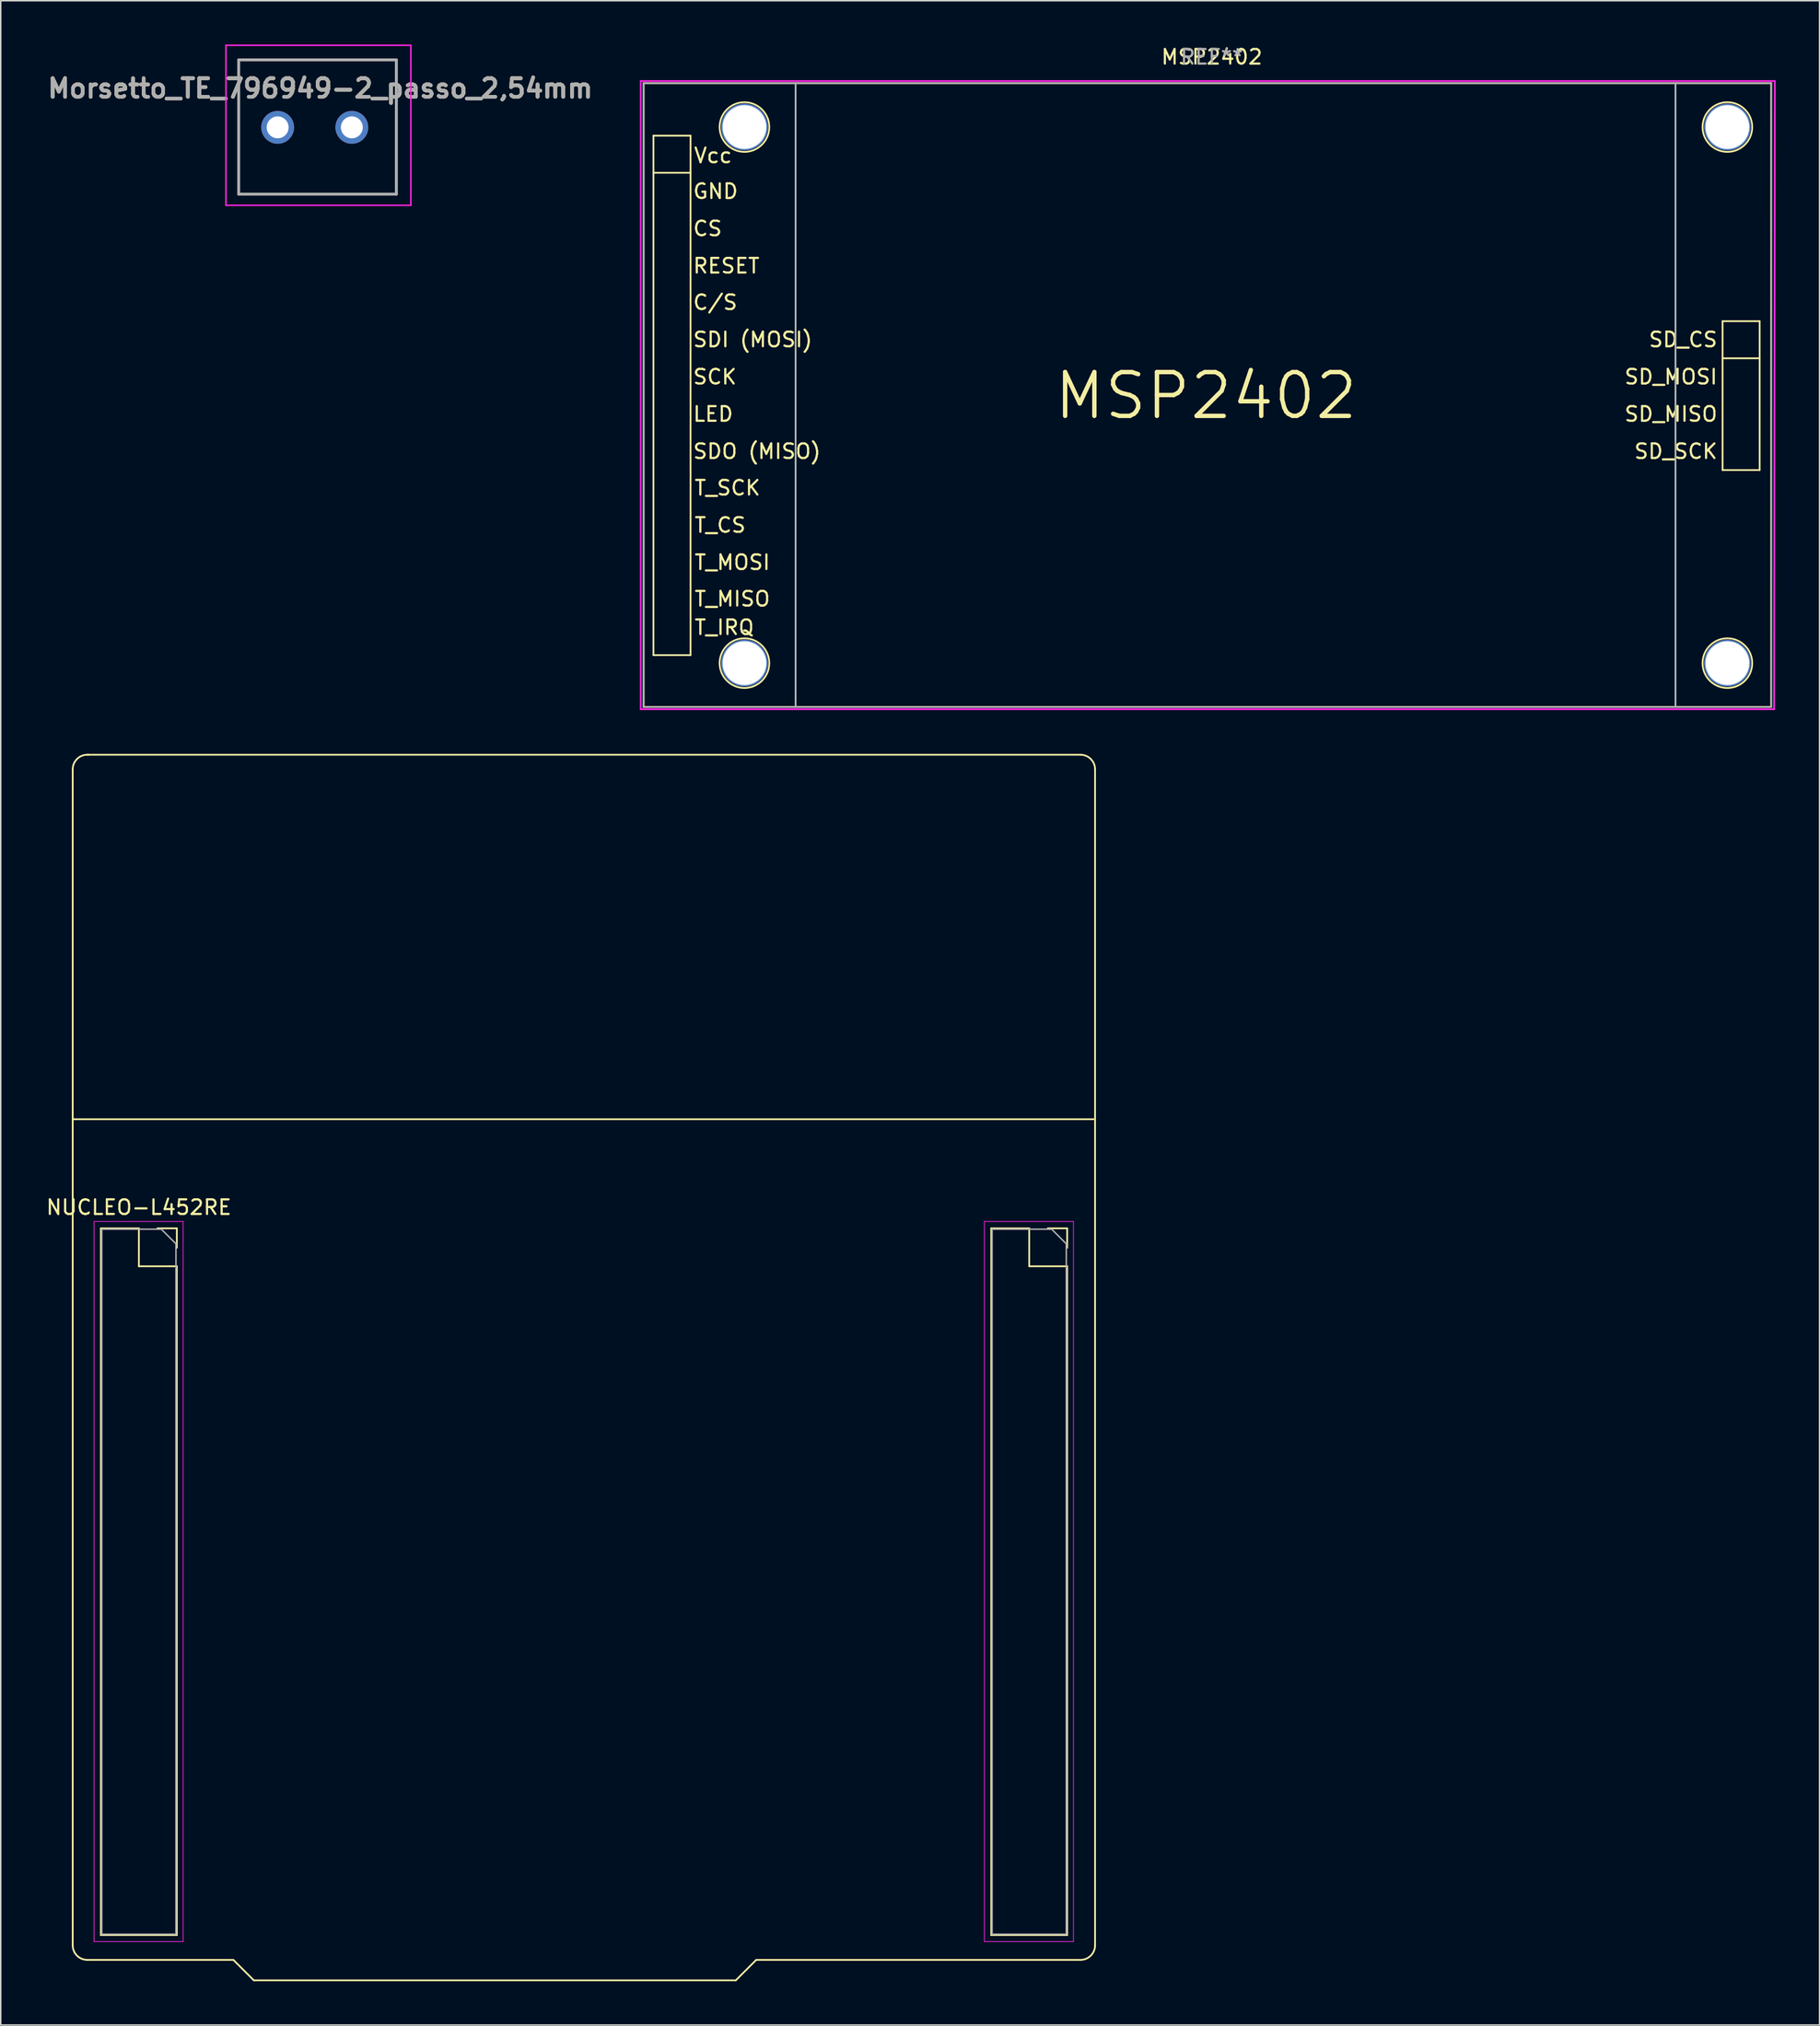
<source format=kicad_pcb>
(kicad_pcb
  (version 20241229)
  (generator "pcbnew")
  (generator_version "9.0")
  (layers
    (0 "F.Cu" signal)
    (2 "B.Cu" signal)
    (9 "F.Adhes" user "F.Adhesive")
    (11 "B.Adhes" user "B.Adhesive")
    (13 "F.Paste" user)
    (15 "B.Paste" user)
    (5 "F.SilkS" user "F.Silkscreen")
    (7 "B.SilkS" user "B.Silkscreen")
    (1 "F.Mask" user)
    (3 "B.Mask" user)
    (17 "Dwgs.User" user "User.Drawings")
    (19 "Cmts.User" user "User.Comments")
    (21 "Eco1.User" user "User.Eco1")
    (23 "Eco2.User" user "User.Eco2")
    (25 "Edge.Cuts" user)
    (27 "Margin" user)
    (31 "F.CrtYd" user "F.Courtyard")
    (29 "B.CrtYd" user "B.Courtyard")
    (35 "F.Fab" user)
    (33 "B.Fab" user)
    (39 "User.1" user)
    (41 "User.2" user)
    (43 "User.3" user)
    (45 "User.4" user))
  (footprint "NUCLEO-L452RE"
    (layer "F.Cu")
    (at 7.728 82.368)
    (property "Reference" "NUCLEO-L452RE" (at -1.27 -2.77 0) (layer "F.SilkS") (effects (font (size 1 1) (thickness 0.15))))
    (attr through_hole)
    (fp_line (start -5.8 -32.75) (end -5.8 47.75) (stroke (width 0.12) (type solid)) (layer "F.SilkS"))
    (fp_line (start -5.8 -8.8) (end 64.1 -8.8) (stroke (width 0.12) (type solid)) (layer "F.SilkS"))
    (fp_line (start -4.8 48.75) (end 5.2 48.75) (stroke (width 0.12) (type solid)) (layer "F.SilkS"))
    (fp_line (start -4.75 -33.75) (end -4.8 -33.75) (stroke (width 0.12) (type solid)) (layer "F.SilkS"))
    (fp_line (start -4.7 -33.75) (end -4.75 -33.75) (stroke (width 0.12) (type solid)) (layer "F.SilkS"))
    (fp_line (start -3.87 -1.33) (end -3.87 47.05) (stroke (width 0.12) (type solid)) (layer "F.SilkS"))
    (fp_line (start -3.87 -1.33) (end -1.27 -1.33) (stroke (width 0.12) (type solid)) (layer "F.SilkS"))
    (fp_line (start -3.87 47.05) (end 1.33 47.05) (stroke (width 0.12) (type solid)) (layer "F.SilkS"))
    (fp_line (start -1.27 -1.33) (end -1.27 1.27) (stroke (width 0.12) (type solid)) (layer "F.SilkS"))
    (fp_line (start -1.27 1.27) (end 1.33 1.27) (stroke (width 0.12) (type solid)) (layer "F.SilkS"))
    (fp_line (start 0 -1.33) (end 1.33 -1.33) (stroke (width 0.12) (type solid)) (layer "F.SilkS"))
    (fp_line (start 1.33 -1.33) (end 1.33 0) (stroke (width 0.12) (type solid)) (layer "F.SilkS"))
    (fp_line (start 1.33 1.27) (end 1.33 47.05) (stroke (width 0.12) (type solid)) (layer "F.SilkS"))
    (fp_line (start 6.6 50.15) (end 5.2 48.75) (stroke (width 0.12) (type solid)) (layer "F.SilkS"))
    (fp_line (start 39.6 50.15) (end 6.6 50.15) (stroke (width 0.12) (type solid)) (layer "F.SilkS"))
    (fp_line (start 41 48.75) (end 39.6 50.15) (stroke (width 0.12) (type solid)) (layer "F.SilkS"))
    (fp_line (start 57.09 -1.33) (end 57.09 47.05) (stroke (width 0.12) (type solid)) (layer "F.SilkS"))
    (fp_line (start 57.09 -1.33) (end 59.69 -1.33) (stroke (width 0.12) (type solid)) (layer "F.SilkS"))
    (fp_line (start 57.09 47.05) (end 62.29 47.05) (stroke (width 0.12) (type solid)) (layer "F.SilkS"))
    (fp_line (start 59.69 -1.33) (end 59.69 1.27) (stroke (width 0.12) (type solid)) (layer "F.SilkS"))
    (fp_line (start 59.69 1.27) (end 62.29 1.27) (stroke (width 0.12) (type solid)) (layer "F.SilkS"))
    (fp_line (start 60.96 -1.33) (end 62.29 -1.33) (stroke (width 0.12) (type solid)) (layer "F.SilkS"))
    (fp_line (start 62.29 -1.33) (end 62.29 0) (stroke (width 0.12) (type solid)) (layer "F.SilkS"))
    (fp_line (start 62.29 1.27) (end 62.29 47.05) (stroke (width 0.12) (type solid)) (layer "F.SilkS"))
    (fp_line (start 63.2 -33.75) (end -4.7 -33.75) (stroke (width 0.12) (type solid)) (layer "F.SilkS"))
    (fp_line (start 63.2 48.75) (end 41 48.75) (stroke (width 0.12) (type solid)) (layer "F.SilkS"))
    (fp_line (start 64.2 47.75) (end 64.2 -32.75) (stroke (width 0.12) (type solid)) (layer "F.SilkS"))
    (fp_arc (start -5.8 -32.75) (mid -5.507107 -33.457107) (end -4.8 -33.75) (stroke (width 0.12) (type solid)) (layer "F.SilkS"))
    (fp_arc (start -4.8 48.75) (mid -5.507107 48.457107) (end -5.8 47.75) (stroke (width 0.12) (type solid)) (layer "F.SilkS"))
    (fp_arc (start 63.2 -33.75) (mid 63.907107 -33.457107) (end 64.2 -32.75) (stroke (width 0.12) (type solid)) (layer "F.SilkS"))
    (fp_arc (start 64.2 47.75) (mid 63.907107 48.457107) (end 63.2 48.75) (stroke (width 0.12) (type solid)) (layer "F.SilkS"))
    (fp_line (start -4.34 -1.8) (end 1.76 -1.8) (stroke (width 0.05) (type solid)) (layer "F.CrtYd"))
    (fp_line (start -4.34 47.5) (end -4.34 -1.8) (stroke (width 0.05) (type solid)) (layer "F.CrtYd"))
    (fp_line (start 1.76 -1.8) (end 1.76 47.5) (stroke (width 0.05) (type solid)) (layer "F.CrtYd"))
    (fp_line (start 1.76 47.5) (end -4.34 47.5) (stroke (width 0.05) (type solid)) (layer "F.CrtYd"))
    (fp_line (start 56.62 -1.8) (end 62.72 -1.8) (stroke (width 0.05) (type solid)) (layer "F.CrtYd"))
    (fp_line (start 56.62 47.5) (end 56.62 -1.8) (stroke (width 0.05) (type solid)) (layer "F.CrtYd"))
    (fp_line (start 62.72 -1.8) (end 62.72 47.5) (stroke (width 0.05) (type solid)) (layer "F.CrtYd"))
    (fp_line (start 62.72 47.5) (end 56.62 47.5) (stroke (width 0.05) (type solid)) (layer "F.CrtYd"))
    (fp_line (start -3.81 -1.27) (end 0.27 -1.27) (stroke (width 0.1) (type solid)) (layer "F.Fab"))
    (fp_line (start -3.81 46.99) (end -3.81 -1.27) (stroke (width 0.1) (type solid)) (layer "F.Fab"))
    (fp_line (start 0.27 -1.27) (end 1.27 -0.27) (stroke (width 0.1) (type solid)) (layer "F.Fab"))
    (fp_line (start 1.27 -0.27) (end 1.27 46.99) (stroke (width 0.1) (type solid)) (layer "F.Fab"))
    (fp_line (start 1.27 46.99) (end -3.81 46.99) (stroke (width 0.1) (type solid)) (layer "F.Fab"))
    (fp_line (start 57.15 -1.27) (end 61.23 -1.27) (stroke (width 0.1) (type solid)) (layer "F.Fab"))
    (fp_line (start 57.15 46.99) (end 57.15 -1.27) (stroke (width 0.1) (type solid)) (layer "F.Fab"))
    (fp_line (start 61.23 -1.27) (end 62.23 -0.27) (stroke (width 0.1) (type solid)) (layer "F.Fab"))
    (fp_line (start 62.23 -0.27) (end 62.23 46.99) (stroke (width 0.1) (type solid)) (layer "F.Fab"))
    (fp_line (start 62.23 46.99) (end 57.15 46.99) (stroke (width 0.1) (type solid)) (layer "F.Fab")))
  (footprint "MSP2402"
    (layer "F.Cu")
    (at 41.021 23.998)
    (property "Reference" "MSP2402" (at 38.9 -23.15 180) (layer "F.SilkS") (effects (font (size 1 1) (thickness 0.15))))
    (attr smd)
    (fp_line (start 0 -21.35) (end 77.2 -21.35) (stroke (width 0.12) (type solid)) (layer "F.SilkS"))
    (fp_line (start 0 21.35) (end 0 -21.35) (stroke (width 0.12) (type solid)) (layer "F.SilkS"))
    (fp_line (start 0.67 -17.76) (end 3.21 -17.76) (stroke (width 0.12) (type solid)) (layer "F.SilkS"))
    (fp_line (start 0.67 -15.22) (end 3.21 -15.22) (stroke (width 0.12) (type solid)) (layer "F.SilkS"))
    (fp_line (start 0.67 17.8) (end 0.67 -17.76) (stroke (width 0.12) (type solid)) (layer "F.SilkS"))
    (fp_line (start 3.21 -17.76) (end 3.21 17.8) (stroke (width 0.12) (type solid)) (layer "F.SilkS"))
    (fp_line (start 3.21 17.8) (end 0.67 17.8) (stroke (width 0.12) (type solid)) (layer "F.SilkS"))
    (fp_line (start 10.4 -21.35) (end 10.4 21.35) (stroke (width 0.12) (type solid)) (layer "F.SilkS"))
    (fp_line (start 70.65 -21.35) (end 70.65 21.35) (stroke (width 0.12) (type solid)) (layer "F.SilkS"))
    (fp_line (start 73.87 -5.06) (end 76.41 -5.06) (stroke (width 0.12) (type solid)) (layer "F.SilkS"))
    (fp_line (start 73.87 -2.52) (end 76.41 -2.52) (stroke (width 0.12) (type solid)) (layer "F.SilkS"))
    (fp_line (start 73.87 5.13) (end 73.87 -5.06) (stroke (width 0.12) (type solid)) (layer "F.SilkS"))
    (fp_line (start 76.41 -5.06) (end 76.41 5.13) (stroke (width 0.12) (type solid)) (layer "F.SilkS"))
    (fp_line (start 76.41 5.13) (end 73.87 5.13) (stroke (width 0.12) (type solid)) (layer "F.SilkS"))
    (fp_line (start 77.2 -21.35) (end 77.2 21.35) (stroke (width 0.12) (type solid)) (layer "F.SilkS"))
    (fp_line (start 77.2 21.35) (end 0 21.35) (stroke (width 0.12) (type solid)) (layer "F.SilkS"))
    (fp_circle (center 6.9 -18.35) (end 8.6 -18.35) (stroke (width 0.12) (type solid)) (fill no) (layer "F.SilkS"))
    (fp_circle (center 6.9 18.35) (end 8.6 18.35) (stroke (width 0.12) (type solid)) (fill no) (layer "F.SilkS"))
    (fp_circle (center 74.2 -18.35) (end 75.9 -18.35) (stroke (width 0.12) (type solid)) (fill no) (layer "F.SilkS"))
    (fp_circle (center 74.2 18.35) (end 75.9 18.35) (stroke (width 0.12) (type solid)) (fill no) (layer "F.SilkS"))
    (fp_line (start -0.2 -21.5) (end -0.2 21.5) (stroke (width 0.12) (type solid)) (layer "F.CrtYd"))
    (fp_line (start -0.2 21.5) (end 77.4 21.5) (stroke (width 0.12) (type solid)) (layer "F.CrtYd"))
    (fp_line (start 77.4 21.5) (end 77.45 -21.5) (stroke (width 0.12) (type solid)) (layer "F.CrtYd"))
    (fp_line (start 77.45 -21.5) (end -0.2 -21.5) (stroke (width 0.12) (type solid)) (layer "F.CrtYd"))
    (fp_line (start 0 -21.35) (end 0 21.35) (stroke (width 0.12) (type solid)) (layer "F.Fab"))
    (fp_line (start 0 21.35) (end 77.2 21.35) (stroke (width 0.12) (type solid)) (layer "F.Fab"))
    (fp_line (start 10.4 -21.35) (end 10.4 21.35) (stroke (width 0.12) (type solid)) (layer "F.Fab"))
    (fp_line (start 70.65 -21.35) (end 70.65 21.35) (stroke (width 0.12) (type solid)) (layer "F.Fab"))
    (fp_line (start 77.2 -21.35) (end 0 -21.35) (stroke (width 0.12) (type solid)) (layer "F.Fab"))
    (fp_line (start 77.2 21.35) (end 77.2 -21.35) (stroke (width 0.12) (type solid)) (layer "F.Fab"))
    (fp_text user "SD_MOSI" (at 73.6 -1.25 0) (layer "F.SilkS") (effects (font (size 1 1) (thickness 0.15)) (justify right)))
    (fp_text user "SDI (MOSI)" (at 3.3 -3.8 0) (layer "F.SilkS") (effects (font (size 1 1) (thickness 0.15)) (justify left)))
    (fp_text user "C/S" (at 3.3 -6.35 0) (layer "F.SilkS") (effects (font (size 1 1) (thickness 0.15)) (justify left)))
    (fp_text user "T_CS" (at 3.4 8.9 0) (layer "F.SilkS") (effects (font (size 1 1) (thickness 0.15)) (justify left)))
    (fp_text user "T_SCK" (at 3.4 6.35 0) (layer "F.SilkS") (effects (font (size 1 1) (thickness 0.15)) (justify left)))
    (fp_text user "Vcc" (at 4.75 -16.4 0) (layer "F.SilkS") (effects (font (size 1 1) (thickness 0.15))))
    (fp_text user "SCK" (at 3.3 -1.25 0) (layer "F.SilkS") (effects (font (size 1 1) (thickness 0.15)) (justify left)))
    (fp_text user "LED" (at 3.3 1.3 0) (layer "F.SilkS") (effects (font (size 1 1) (thickness 0.15)) (justify left)))
    (fp_text user "SD_MISO" (at 73.6 1.3 0) (layer "F.SilkS") (effects (font (size 1 1) (thickness 0.15)) (justify right)))
    (fp_text user "GND" (at 3.3 -13.95 0) (layer "F.SilkS") (effects (font (size 1 1) (thickness 0.15)) (justify left)))
    (fp_text user "T_MISO" (at 3.4 13.95 0) (layer "F.SilkS") (effects (font (size 1 1) (thickness 0.15)) (justify left)))
    (fp_text user "CS" (at 3.3 -11.4 0) (layer "F.SilkS") (effects (font (size 1 1) (thickness 0.15)) (justify left)))
    (fp_text user "T_MOSI" (at 3.4 11.45 0) (layer "F.SilkS") (effects (font (size 1 1) (thickness 0.15)) (justify left)))
    (fp_text user "T_IRQ" (at 3.4 15.9 0) (layer "F.SilkS") (effects (font (size 1 1) (thickness 0.15)) (justify left)))
    (fp_text user "SD_SCK" (at 73.6 3.85 0) (layer "F.SilkS") (effects (font (size 1 1) (thickness 0.15)) (justify right)))
    (fp_text user "MSP2402" (at 38.5 0.05 0) (layer "F.SilkS") (effects (font (size 3 3) (thickness 0.3))))
    (fp_text user "RESET" (at 3.3 -8.85 0) (layer "F.SilkS") (effects (font (size 1 1) (thickness 0.15)) (justify left)))
    (fp_text user "SD_CS" (at 73.6 -3.8 0) (layer "F.SilkS") (effects (font (size 1 1) (thickness 0.15)) (justify right)))
    (fp_text user "SDO (MISO)" (at 3.3 3.85 0) (layer "F.SilkS") (effects (font (size 1 1) (thickness 0.15)) (justify left)))
    (fp_text user "REF**" (at 38.9 -23.15 0) (layer "F.Fab") (effects (font (size 1 1) (thickness 0.15))))
    (pad "" thru_hole circle (at 6.9 -18.35) (size 3.2 3.2) (drill 3) (layers "*.Cu" "*.Mask"))
    (pad "" thru_hole circle (at 6.9 18.35) (size 3.2 3.2) (drill 3) (layers "*.Cu" "*.Mask"))
    (pad "" thru_hole circle (at 74.2 -18.35) (size 3.2 3.2) (drill 3) (layers "*.Cu" "*.Mask"))
    (pad "" thru_hole circle (at 74.2 18.35) (size 3.2 3.2) (drill 3) (layers "*.Cu" "*.Mask")))
  (footprint "Morsetto_TE_796949-2_passo_2,54mm"
    (layer "F.Cu")
    (at 15.96 5.669)
    (property "Reference" "Morsetto_TE_796949-2_passo_2,54mm" (at 2.921 -2.667 0) (layer "F.SilkS") (effects (font (size 1.27 1.27) (thickness 0.254))))
    (attr through_hole)
    (fp_line (start -2.667 -4.619) (end 8.128 -4.619) (stroke (width 0.1) (type solid)) (layer "F.SilkS"))
    (fp_line (start -2.667 4.572) (end -2.667 -4.619) (stroke (width 0.1) (type solid)) (layer "F.SilkS"))
    (fp_line (start 8.128 -4.619) (end 8.128 4.572) (stroke (width 0.1) (type solid)) (layer "F.SilkS"))
    (fp_line (start 8.128 4.572) (end -2.667 4.572) (stroke (width 0.1) (type solid)) (layer "F.SilkS"))
    (fp_line (start -3.54 -5.619) (end 9.12 -5.619) (stroke (width 0.1) (type solid)) (layer "F.CrtYd"))
    (fp_line (start -3.54 5.334) (end -3.54 -5.619) (stroke (width 0.1) (type solid)) (layer "F.CrtYd"))
    (fp_line (start 9.12 -5.619) (end 9.12 5.334) (stroke (width 0.1) (type solid)) (layer "F.CrtYd"))
    (fp_line (start 9.12 5.334) (end -3.54 5.334) (stroke (width 0.1) (type solid)) (layer "F.CrtYd"))
    (fp_line (start -2.667 -4.619) (end 8.128 -4.619) (stroke (width 0.2) (type solid)) (layer "F.Fab"))
    (fp_line (start -2.667 4.572) (end -2.667 -4.619) (stroke (width 0.2) (type solid)) (layer "F.Fab"))
    (fp_line (start 8.128 -4.619) (end 8.128 4.572) (stroke (width 0.2) (type solid)) (layer "F.Fab"))
    (fp_line (start 8.128 4.572) (end -2.667 4.572) (stroke (width 0.2) (type solid)) (layer "F.Fab"))
    (fp_text user "${REFERENCE}" (at 2.921 -2.667 0) (layer "F.Fab") (effects (font (size 1.27 1.27) (thickness 0.254))))
    (pad "1" thru_hole circle (at 0 0) (size 2.25 2.25) (drill 1.5) (layers "*.Cu" "*.Mask"))
    (pad "2" thru_hole circle (at 5.08 0) (size 2.25 2.25) (drill 1.5) (layers "*.Cu" "*.Mask")))
  (gr_rect
    (start -3 -3)
    (end 121.531 135.578)
    (stroke (width 0.1) (type default))
    (fill no)
    (layer "Edge.Cuts")))
</source>
